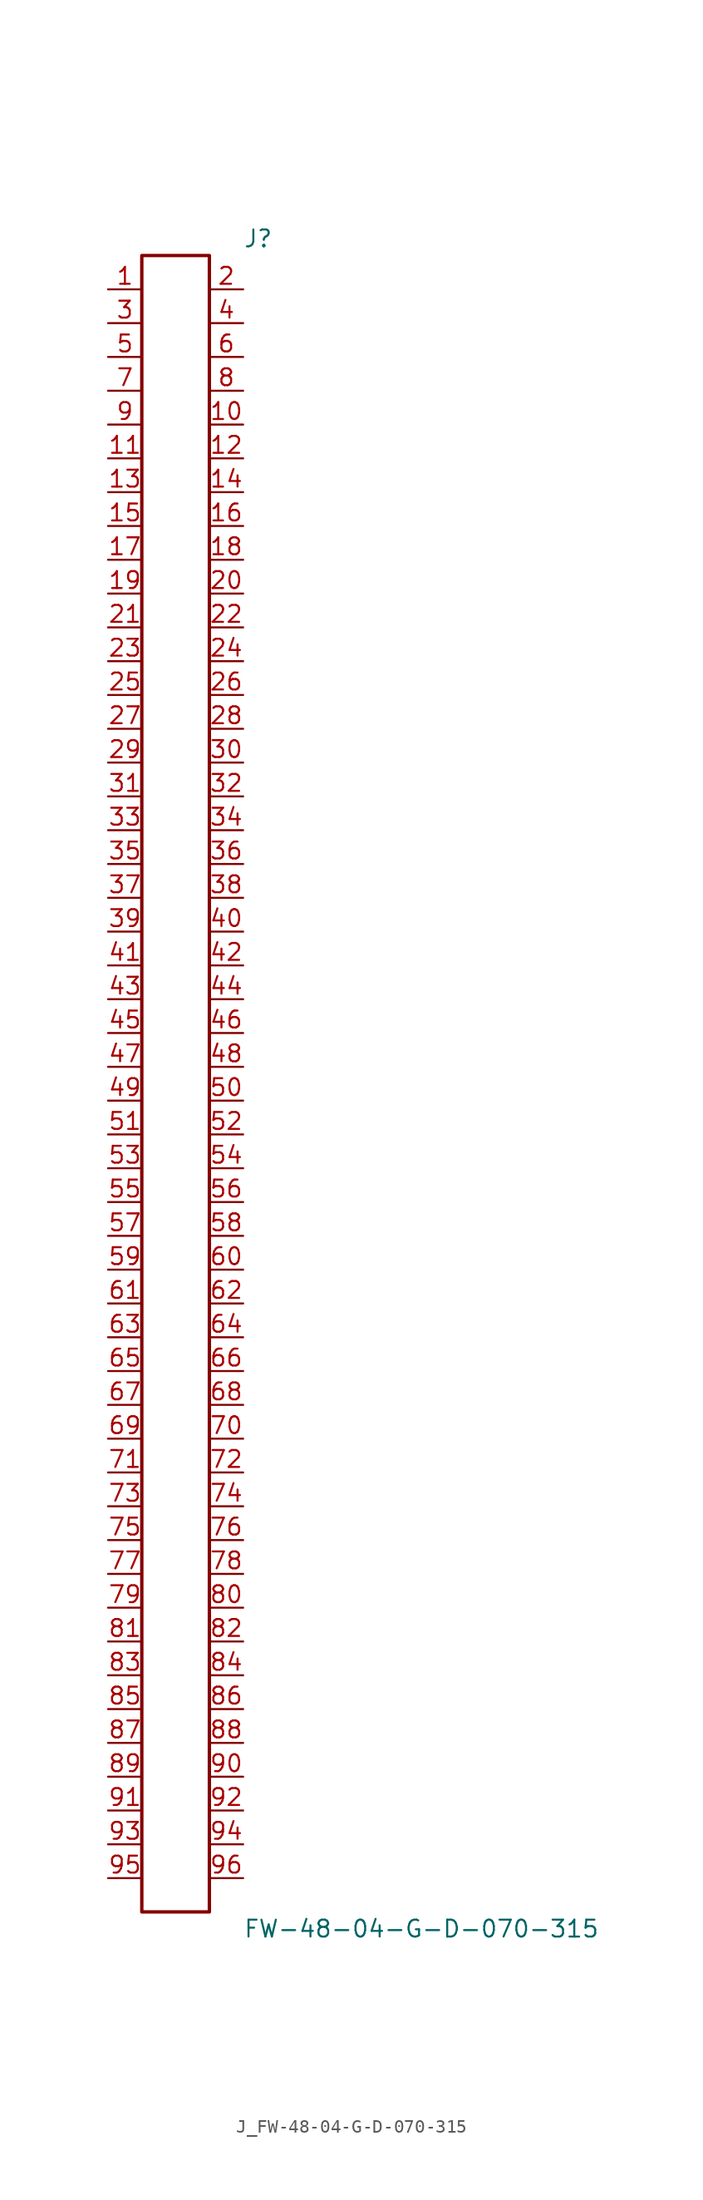
<source format=kicad_sym>
(kicad_symbol_lib
  (version 20231120)
  (generator kicad_symbol_editor)
  (generator_version 8.0)
  (symbol "J_FW-48-04-G-D-070-315"
    (pin_names
      (offset 0.254))
    (property "Reference" "J"
      (at 5.08 63.5 0)
      (effects (font (size 1.27 1.27)) (justify left)))
    (property "Value" "FW-48-04-G-D-070-315"
      (at 5.08 -63.5 0)
      (effects (font (size 1.27 1.27)) (justify left)))
    (symbol "J_FW-48-04-G-D-070-315_0_0"
      (pin passive line (at -5.08 59.69 0) (length 2.54) (name "" (effects (font (size 1.27 1.27)))) (number "1" (effects (font (size 1.27 1.27)))))
      (pin passive line (at 5.08 59.69 180) (length 2.54) (name "" (effects (font (size 1.27 1.27)))) (number "2" (effects (font (size 1.27 1.27)))))
      (pin passive line (at -5.08 57.15 0) (length 2.54) (name "" (effects (font (size 1.27 1.27)))) (number "3" (effects (font (size 1.27 1.27)))))
      (pin passive line (at 5.08 57.15 180) (length 2.54) (name "" (effects (font (size 1.27 1.27)))) (number "4" (effects (font (size 1.27 1.27)))))
      (pin passive line (at -5.08 54.61 0) (length 2.54) (name "" (effects (font (size 1.27 1.27)))) (number "5" (effects (font (size 1.27 1.27)))))
      (pin passive line (at 5.08 54.61 180) (length 2.54) (name "" (effects (font (size 1.27 1.27)))) (number "6" (effects (font (size 1.27 1.27)))))
      (pin passive line (at -5.08 52.07 0) (length 2.54) (name "" (effects (font (size 1.27 1.27)))) (number "7" (effects (font (size 1.27 1.27)))))
      (pin passive line (at 5.08 52.07 180) (length 2.54) (name "" (effects (font (size 1.27 1.27)))) (number "8" (effects (font (size 1.27 1.27)))))
      (pin passive line (at -5.08 49.53 0) (length 2.54) (name "" (effects (font (size 1.27 1.27)))) (number "9" (effects (font (size 1.27 1.27)))))
      (pin passive line (at 5.08 49.53 180) (length 2.54) (name "" (effects (font (size 1.27 1.27)))) (number "10" (effects (font (size 1.27 1.27)))))
      (pin passive line (at -5.08 46.99 0) (length 2.54) (name "" (effects (font (size 1.27 1.27)))) (number "11" (effects (font (size 1.27 1.27)))))
      (pin passive line (at 5.08 46.99 180) (length 2.54) (name "" (effects (font (size 1.27 1.27)))) (number "12" (effects (font (size 1.27 1.27)))))
      (pin passive line (at -5.08 44.45 0) (length 2.54) (name "" (effects (font (size 1.27 1.27)))) (number "13" (effects (font (size 1.27 1.27)))))
      (pin passive line (at 5.08 44.45 180) (length 2.54) (name "" (effects (font (size 1.27 1.27)))) (number "14" (effects (font (size 1.27 1.27)))))
      (pin passive line (at -5.08 41.91 0) (length 2.54) (name "" (effects (font (size 1.27 1.27)))) (number "15" (effects (font (size 1.27 1.27)))))
      (pin passive line (at 5.08 41.91 180) (length 2.54) (name "" (effects (font (size 1.27 1.27)))) (number "16" (effects (font (size 1.27 1.27)))))
      (pin passive line (at -5.08 39.37 0) (length 2.54) (name "" (effects (font (size 1.27 1.27)))) (number "17" (effects (font (size 1.27 1.27)))))
      (pin passive line (at 5.08 39.37 180) (length 2.54) (name "" (effects (font (size 1.27 1.27)))) (number "18" (effects (font (size 1.27 1.27)))))
      (pin passive line (at -5.08 36.83 0) (length 2.54) (name "" (effects (font (size 1.27 1.27)))) (number "19" (effects (font (size 1.27 1.27)))))
      (pin passive line (at 5.08 36.83 180) (length 2.54) (name "" (effects (font (size 1.27 1.27)))) (number "20" (effects (font (size 1.27 1.27)))))
      (pin passive line (at -5.08 34.29 0) (length 2.54) (name "" (effects (font (size 1.27 1.27)))) (number "21" (effects (font (size 1.27 1.27)))))
      (pin passive line (at 5.08 34.29 180) (length 2.54) (name "" (effects (font (size 1.27 1.27)))) (number "22" (effects (font (size 1.27 1.27)))))
      (pin passive line (at -5.08 31.75 0) (length 2.54) (name "" (effects (font (size 1.27 1.27)))) (number "23" (effects (font (size 1.27 1.27)))))
      (pin passive line (at 5.08 31.75 180) (length 2.54) (name "" (effects (font (size 1.27 1.27)))) (number "24" (effects (font (size 1.27 1.27)))))
      (pin passive line (at -5.08 29.21 0) (length 2.54) (name "" (effects (font (size 1.27 1.27)))) (number "25" (effects (font (size 1.27 1.27)))))
      (pin passive line (at 5.08 29.21 180) (length 2.54) (name "" (effects (font (size 1.27 1.27)))) (number "26" (effects (font (size 1.27 1.27)))))
      (pin passive line (at -5.08 26.67 0) (length 2.54) (name "" (effects (font (size 1.27 1.27)))) (number "27" (effects (font (size 1.27 1.27)))))
      (pin passive line (at 5.08 26.67 180) (length 2.54) (name "" (effects (font (size 1.27 1.27)))) (number "28" (effects (font (size 1.27 1.27)))))
      (pin passive line (at -5.08 24.13 0) (length 2.54) (name "" (effects (font (size 1.27 1.27)))) (number "29" (effects (font (size 1.27 1.27)))))
      (pin passive line (at 5.08 24.13 180) (length 2.54) (name "" (effects (font (size 1.27 1.27)))) (number "30" (effects (font (size 1.27 1.27)))))
      (pin passive line (at -5.08 21.59 0) (length 2.54) (name "" (effects (font (size 1.27 1.27)))) (number "31" (effects (font (size 1.27 1.27)))))
      (pin passive line (at 5.08 21.59 180) (length 2.54) (name "" (effects (font (size 1.27 1.27)))) (number "32" (effects (font (size 1.27 1.27)))))
      (pin passive line (at -5.08 19.05 0) (length 2.54) (name "" (effects (font (size 1.27 1.27)))) (number "33" (effects (font (size 1.27 1.27)))))
      (pin passive line (at 5.08 19.05 180) (length 2.54) (name "" (effects (font (size 1.27 1.27)))) (number "34" (effects (font (size 1.27 1.27)))))
      (pin passive line (at -5.08 16.51 0) (length 2.54) (name "" (effects (font (size 1.27 1.27)))) (number "35" (effects (font (size 1.27 1.27)))))
      (pin passive line (at 5.08 16.51 180) (length 2.54) (name "" (effects (font (size 1.27 1.27)))) (number "36" (effects (font (size 1.27 1.27)))))
      (pin passive line (at -5.08 13.97 0) (length 2.54) (name "" (effects (font (size 1.27 1.27)))) (number "37" (effects (font (size 1.27 1.27)))))
      (pin passive line (at 5.08 13.97 180) (length 2.54) (name "" (effects (font (size 1.27 1.27)))) (number "38" (effects (font (size 1.27 1.27)))))
      (pin passive line (at -5.08 11.43 0) (length 2.54) (name "" (effects (font (size 1.27 1.27)))) (number "39" (effects (font (size 1.27 1.27)))))
      (pin passive line (at 5.08 11.43 180) (length 2.54) (name "" (effects (font (size 1.27 1.27)))) (number "40" (effects (font (size 1.27 1.27)))))
      (pin passive line (at -5.08 8.89 0) (length 2.54) (name "" (effects (font (size 1.27 1.27)))) (number "41" (effects (font (size 1.27 1.27)))))
      (pin passive line (at 5.08 8.89 180) (length 2.54) (name "" (effects (font (size 1.27 1.27)))) (number "42" (effects (font (size 1.27 1.27)))))
      (pin passive line (at -5.08 6.35 0) (length 2.54) (name "" (effects (font (size 1.27 1.27)))) (number "43" (effects (font (size 1.27 1.27)))))
      (pin passive line (at 5.08 6.35 180) (length 2.54) (name "" (effects (font (size 1.27 1.27)))) (number "44" (effects (font (size 1.27 1.27)))))
      (pin passive line (at -5.08 3.81 0) (length 2.54) (name "" (effects (font (size 1.27 1.27)))) (number "45" (effects (font (size 1.27 1.27)))))
      (pin passive line (at 5.08 3.81 180) (length 2.54) (name "" (effects (font (size 1.27 1.27)))) (number "46" (effects (font (size 1.27 1.27)))))
      (pin passive line (at -5.08 1.27 0) (length 2.54) (name "" (effects (font (size 1.27 1.27)))) (number "47" (effects (font (size 1.27 1.27)))))
      (pin passive line (at 5.08 1.27 180) (length 2.54) (name "" (effects (font (size 1.27 1.27)))) (number "48" (effects (font (size 1.27 1.27)))))
      (pin passive line (at -5.08 -1.27 0) (length 2.54) (name "" (effects (font (size 1.27 1.27)))) (number "49" (effects (font (size 1.27 1.27)))))
      (pin passive line (at 5.08 -1.27 180) (length 2.54) (name "" (effects (font (size 1.27 1.27)))) (number "50" (effects (font (size 1.27 1.27)))))
      (pin passive line (at -5.08 -3.81 0) (length 2.54) (name "" (effects (font (size 1.27 1.27)))) (number "51" (effects (font (size 1.27 1.27)))))
      (pin passive line (at 5.08 -3.81 180) (length 2.54) (name "" (effects (font (size 1.27 1.27)))) (number "52" (effects (font (size 1.27 1.27)))))
      (pin passive line (at -5.08 -6.35 0) (length 2.54) (name "" (effects (font (size 1.27 1.27)))) (number "53" (effects (font (size 1.27 1.27)))))
      (pin passive line (at 5.08 -6.35 180) (length 2.54) (name "" (effects (font (size 1.27 1.27)))) (number "54" (effects (font (size 1.27 1.27)))))
      (pin passive line (at -5.08 -8.89 0) (length 2.54) (name "" (effects (font (size 1.27 1.27)))) (number "55" (effects (font (size 1.27 1.27)))))
      (pin passive line (at 5.08 -8.89 180) (length 2.54) (name "" (effects (font (size 1.27 1.27)))) (number "56" (effects (font (size 1.27 1.27)))))
      (pin passive line (at -5.08 -11.43 0) (length 2.54) (name "" (effects (font (size 1.27 1.27)))) (number "57" (effects (font (size 1.27 1.27)))))
      (pin passive line (at 5.08 -11.43 180) (length 2.54) (name "" (effects (font (size 1.27 1.27)))) (number "58" (effects (font (size 1.27 1.27)))))
      (pin passive line (at -5.08 -13.97 0) (length 2.54) (name "" (effects (font (size 1.27 1.27)))) (number "59" (effects (font (size 1.27 1.27)))))
      (pin passive line (at 5.08 -13.97 180) (length 2.54) (name "" (effects (font (size 1.27 1.27)))) (number "60" (effects (font (size 1.27 1.27)))))
      (pin passive line (at -5.08 -16.51 0) (length 2.54) (name "" (effects (font (size 1.27 1.27)))) (number "61" (effects (font (size 1.27 1.27)))))
      (pin passive line (at 5.08 -16.51 180) (length 2.54) (name "" (effects (font (size 1.27 1.27)))) (number "62" (effects (font (size 1.27 1.27)))))
      (pin passive line (at -5.08 -19.05 0) (length 2.54) (name "" (effects (font (size 1.27 1.27)))) (number "63" (effects (font (size 1.27 1.27)))))
      (pin passive line (at 5.08 -19.05 180) (length 2.54) (name "" (effects (font (size 1.27 1.27)))) (number "64" (effects (font (size 1.27 1.27)))))
      (pin passive line (at -5.08 -21.59 0) (length 2.54) (name "" (effects (font (size 1.27 1.27)))) (number "65" (effects (font (size 1.27 1.27)))))
      (pin passive line (at 5.08 -21.59 180) (length 2.54) (name "" (effects (font (size 1.27 1.27)))) (number "66" (effects (font (size 1.27 1.27)))))
      (pin passive line (at -5.08 -24.13 0) (length 2.54) (name "" (effects (font (size 1.27 1.27)))) (number "67" (effects (font (size 1.27 1.27)))))
      (pin passive line (at 5.08 -24.13 180) (length 2.54) (name "" (effects (font (size 1.27 1.27)))) (number "68" (effects (font (size 1.27 1.27)))))
      (pin passive line (at -5.08 -26.67 0) (length 2.54) (name "" (effects (font (size 1.27 1.27)))) (number "69" (effects (font (size 1.27 1.27)))))
      (pin passive line (at 5.08 -26.67 180) (length 2.54) (name "" (effects (font (size 1.27 1.27)))) (number "70" (effects (font (size 1.27 1.27)))))
      (pin passive line (at -5.08 -29.21 0) (length 2.54) (name "" (effects (font (size 1.27 1.27)))) (number "71" (effects (font (size 1.27 1.27)))))
      (pin passive line (at 5.08 -29.21 180) (length 2.54) (name "" (effects (font (size 1.27 1.27)))) (number "72" (effects (font (size 1.27 1.27)))))
      (pin passive line (at -5.08 -31.75 0) (length 2.54) (name "" (effects (font (size 1.27 1.27)))) (number "73" (effects (font (size 1.27 1.27)))))
      (pin passive line (at 5.08 -31.75 180) (length 2.54) (name "" (effects (font (size 1.27 1.27)))) (number "74" (effects (font (size 1.27 1.27)))))
      (pin passive line (at -5.08 -34.29 0) (length 2.54) (name "" (effects (font (size 1.27 1.27)))) (number "75" (effects (font (size 1.27 1.27)))))
      (pin passive line (at 5.08 -34.29 180) (length 2.54) (name "" (effects (font (size 1.27 1.27)))) (number "76" (effects (font (size 1.27 1.27)))))
      (pin passive line (at -5.08 -36.83 0) (length 2.54) (name "" (effects (font (size 1.27 1.27)))) (number "77" (effects (font (size 1.27 1.27)))))
      (pin passive line (at 5.08 -36.83 180) (length 2.54) (name "" (effects (font (size 1.27 1.27)))) (number "78" (effects (font (size 1.27 1.27)))))
      (pin passive line (at -5.08 -39.37 0) (length 2.54) (name "" (effects (font (size 1.27 1.27)))) (number "79" (effects (font (size 1.27 1.27)))))
      (pin passive line (at 5.08 -39.37 180) (length 2.54) (name "" (effects (font (size 1.27 1.27)))) (number "80" (effects (font (size 1.27 1.27)))))
      (pin passive line (at -5.08 -41.91 0) (length 2.54) (name "" (effects (font (size 1.27 1.27)))) (number "81" (effects (font (size 1.27 1.27)))))
      (pin passive line (at 5.08 -41.91 180) (length 2.54) (name "" (effects (font (size 1.27 1.27)))) (number "82" (effects (font (size 1.27 1.27)))))
      (pin passive line (at -5.08 -44.45 0) (length 2.54) (name "" (effects (font (size 1.27 1.27)))) (number "83" (effects (font (size 1.27 1.27)))))
      (pin passive line (at 5.08 -44.45 180) (length 2.54) (name "" (effects (font (size 1.27 1.27)))) (number "84" (effects (font (size 1.27 1.27)))))
      (pin passive line (at -5.08 -46.99 0) (length 2.54) (name "" (effects (font (size 1.27 1.27)))) (number "85" (effects (font (size 1.27 1.27)))))
      (pin passive line (at 5.08 -46.99 180) (length 2.54) (name "" (effects (font (size 1.27 1.27)))) (number "86" (effects (font (size 1.27 1.27)))))
      (pin passive line (at -5.08 -49.53 0) (length 2.54) (name "" (effects (font (size 1.27 1.27)))) (number "87" (effects (font (size 1.27 1.27)))))
      (pin passive line (at 5.08 -49.53 180) (length 2.54) (name "" (effects (font (size 1.27 1.27)))) (number "88" (effects (font (size 1.27 1.27)))))
      (pin passive line (at -5.08 -52.07 0) (length 2.54) (name "" (effects (font (size 1.27 1.27)))) (number "89" (effects (font (size 1.27 1.27)))))
      (pin passive line (at 5.08 -52.07 180) (length 2.54) (name "" (effects (font (size 1.27 1.27)))) (number "90" (effects (font (size 1.27 1.27)))))
      (pin passive line (at -5.08 -54.61 0) (length 2.54) (name "" (effects (font (size 1.27 1.27)))) (number "91" (effects (font (size 1.27 1.27)))))
      (pin passive line (at 5.08 -54.61 180) (length 2.54) (name "" (effects (font (size 1.27 1.27)))) (number "92" (effects (font (size 1.27 1.27)))))
      (pin passive line (at -5.08 -57.15 0) (length 2.54) (name "" (effects (font (size 1.27 1.27)))) (number "93" (effects (font (size 1.27 1.27)))))
      (pin passive line (at 5.08 -57.15 180) (length 2.54) (name "" (effects (font (size 1.27 1.27)))) (number "94" (effects (font (size 1.27 1.27)))))
      (pin passive line (at -5.08 -59.69 0) (length 2.54) (name "" (effects (font (size 1.27 1.27)))) (number "95" (effects (font (size 1.27 1.27)))))
      (pin passive line (at 5.08 -59.69 180) (length 2.54) (name "" (effects (font (size 1.27 1.27)))) (number "96" (effects (font (size 1.27 1.27))))))
    (symbol "J_FW-48-04-G-D-070-315_1_0"
      (rectangle (start -2.54 62.23) (end 2.54 -62.23) (stroke (width 0.254) (type solid)) (fill (type none))))))
</source>
